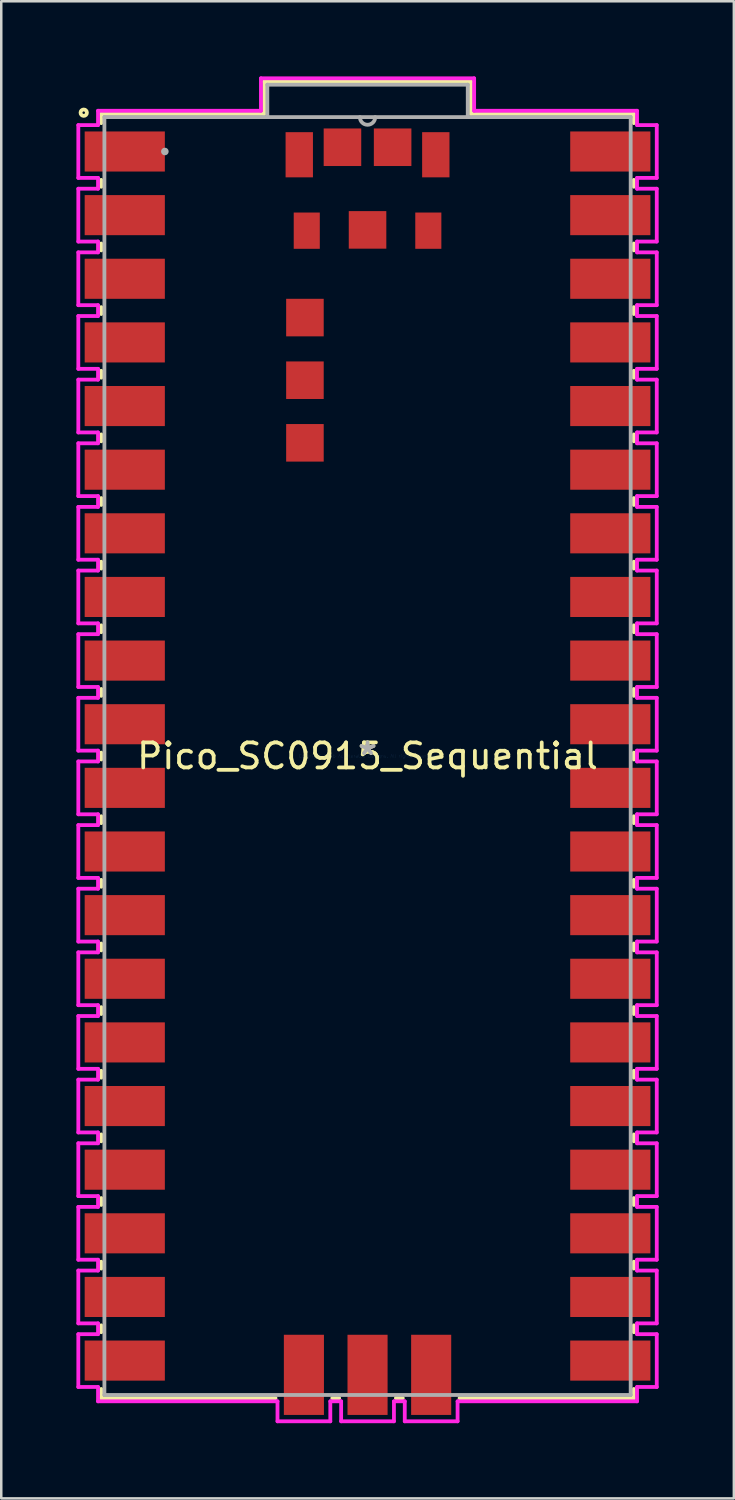
<source format=kicad_pcb>
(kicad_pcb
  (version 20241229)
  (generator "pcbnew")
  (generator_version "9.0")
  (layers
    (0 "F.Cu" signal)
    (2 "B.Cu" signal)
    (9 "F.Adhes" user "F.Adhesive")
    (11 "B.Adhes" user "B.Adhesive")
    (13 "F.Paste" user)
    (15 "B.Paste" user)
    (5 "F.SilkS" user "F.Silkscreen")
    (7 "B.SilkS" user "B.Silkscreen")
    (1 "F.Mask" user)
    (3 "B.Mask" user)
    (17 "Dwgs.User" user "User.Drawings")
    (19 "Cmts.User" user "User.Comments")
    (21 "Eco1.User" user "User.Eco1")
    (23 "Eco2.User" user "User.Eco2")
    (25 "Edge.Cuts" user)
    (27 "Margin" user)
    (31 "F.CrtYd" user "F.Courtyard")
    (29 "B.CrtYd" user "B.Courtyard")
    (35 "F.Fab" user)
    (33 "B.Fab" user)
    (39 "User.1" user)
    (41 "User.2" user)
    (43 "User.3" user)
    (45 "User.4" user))
  (footprint "Pico_SC0915_Sequential"
    (layer "F.Cu")
    (at 11.62 27.127)
    (property "Reference" "Pico_SC0915_Sequential" (at 0 0 0) (layer "F.SilkS") (effects (font (size 1 1) (thickness 0.15))))
    (attr through_hole)
    (fp_line (start -10.63 -25.629) (end -4.128 -25.629) (stroke (width 0.152) (type solid)) (layer "F.SilkS"))
    (fp_line (start -10.63 -25.263) (end -10.63 -25.629) (stroke (width 0.152) (type solid)) (layer "F.SilkS"))
    (fp_line (start -10.63 -22.723) (end -10.63 -22.997) (stroke (width 0.152) (type solid)) (layer "F.SilkS"))
    (fp_line (start -10.63 -20.183) (end -10.63 -20.457) (stroke (width 0.152) (type solid)) (layer "F.SilkS"))
    (fp_line (start -10.63 -17.643) (end -10.63 -17.917) (stroke (width 0.152) (type solid)) (layer "F.SilkS"))
    (fp_line (start -10.63 -15.103) (end -10.63 -15.377) (stroke (width 0.152) (type solid)) (layer "F.SilkS"))
    (fp_line (start -10.63 -12.563) (end -10.63 -12.837) (stroke (width 0.152) (type solid)) (layer "F.SilkS"))
    (fp_line (start -10.63 -10.023) (end -10.63 -10.297) (stroke (width 0.152) (type solid)) (layer "F.SilkS"))
    (fp_line (start -10.63 -7.483) (end -10.63 -7.757) (stroke (width 0.152) (type solid)) (layer "F.SilkS"))
    (fp_line (start -10.63 -4.943) (end -10.63 -5.217) (stroke (width 0.152) (type solid)) (layer "F.SilkS"))
    (fp_line (start -10.63 -2.403) (end -10.63 -2.677) (stroke (width 0.152) (type solid)) (layer "F.SilkS"))
    (fp_line (start -10.63 0.137) (end -10.63 -0.137) (stroke (width 0.152) (type solid)) (layer "F.SilkS"))
    (fp_line (start -10.63 2.677) (end -10.63 2.403) (stroke (width 0.152) (type solid)) (layer "F.SilkS"))
    (fp_line (start -10.63 5.217) (end -10.63 4.943) (stroke (width 0.152) (type solid)) (layer "F.SilkS"))
    (fp_line (start -10.63 7.757) (end -10.63 7.483) (stroke (width 0.152) (type solid)) (layer "F.SilkS"))
    (fp_line (start -10.63 10.297) (end -10.63 10.023) (stroke (width 0.152) (type solid)) (layer "F.SilkS"))
    (fp_line (start -10.63 12.837) (end -10.63 12.563) (stroke (width 0.152) (type solid)) (layer "F.SilkS"))
    (fp_line (start -10.63 15.377) (end -10.63 15.103) (stroke (width 0.152) (type solid)) (layer "F.SilkS"))
    (fp_line (start -10.63 17.917) (end -10.63 17.643) (stroke (width 0.152) (type solid)) (layer "F.SilkS"))
    (fp_line (start -10.63 20.457) (end -10.63 20.183) (stroke (width 0.152) (type solid)) (layer "F.SilkS"))
    (fp_line (start -10.63 22.997) (end -10.63 22.723) (stroke (width 0.152) (type solid)) (layer "F.SilkS"))
    (fp_line (start -10.63 25.629) (end -10.63 25.263) (stroke (width 0.152) (type solid)) (layer "F.SilkS"))
    (fp_line (start -4.128 -26.924) (end 4.128 -26.924) (stroke (width 0.152) (type solid)) (layer "F.SilkS"))
    (fp_line (start -4.128 -25.629) (end -4.128 -26.924) (stroke (width 0.152) (type solid)) (layer "F.SilkS"))
    (fp_line (start -3.673 25.629) (end -10.63 25.629) (stroke (width 0.152) (type solid)) (layer "F.SilkS"))
    (fp_line (start -1.133 25.629) (end -1.407 25.629) (stroke (width 0.152) (type solid)) (layer "F.SilkS"))
    (fp_line (start 1.407 25.629) (end 1.133 25.629) (stroke (width 0.152) (type solid)) (layer "F.SilkS"))
    (fp_line (start 4.128 -26.924) (end 4.128 -25.629) (stroke (width 0.152) (type solid)) (layer "F.SilkS"))
    (fp_line (start 4.128 -25.629) (end 10.63 -25.629) (stroke (width 0.152) (type solid)) (layer "F.SilkS"))
    (fp_line (start 10.63 -25.629) (end 10.63 -25.263) (stroke (width 0.152) (type solid)) (layer "F.SilkS"))
    (fp_line (start 10.63 -22.997) (end 10.63 -22.723) (stroke (width 0.152) (type solid)) (layer "F.SilkS"))
    (fp_line (start 10.63 -20.457) (end 10.63 -20.183) (stroke (width 0.152) (type solid)) (layer "F.SilkS"))
    (fp_line (start 10.63 -17.917) (end 10.63 -17.643) (stroke (width 0.152) (type solid)) (layer "F.SilkS"))
    (fp_line (start 10.63 -15.377) (end 10.63 -15.103) (stroke (width 0.152) (type solid)) (layer "F.SilkS"))
    (fp_line (start 10.63 -12.837) (end 10.63 -12.563) (stroke (width 0.152) (type solid)) (layer "F.SilkS"))
    (fp_line (start 10.63 -10.297) (end 10.63 -10.023) (stroke (width 0.152) (type solid)) (layer "F.SilkS"))
    (fp_line (start 10.63 -7.757) (end 10.63 -7.483) (stroke (width 0.152) (type solid)) (layer "F.SilkS"))
    (fp_line (start 10.63 -5.217) (end 10.63 -4.943) (stroke (width 0.152) (type solid)) (layer "F.SilkS"))
    (fp_line (start 10.63 -2.677) (end 10.63 -2.403) (stroke (width 0.152) (type solid)) (layer "F.SilkS"))
    (fp_line (start 10.63 -0.137) (end 10.63 0.137) (stroke (width 0.152) (type solid)) (layer "F.SilkS"))
    (fp_line (start 10.63 2.403) (end 10.63 2.677) (stroke (width 0.152) (type solid)) (layer "F.SilkS"))
    (fp_line (start 10.63 4.943) (end 10.63 5.217) (stroke (width 0.152) (type solid)) (layer "F.SilkS"))
    (fp_line (start 10.63 7.483) (end 10.63 7.757) (stroke (width 0.152) (type solid)) (layer "F.SilkS"))
    (fp_line (start 10.63 10.023) (end 10.63 10.297) (stroke (width 0.152) (type solid)) (layer "F.SilkS"))
    (fp_line (start 10.63 12.563) (end 10.63 12.837) (stroke (width 0.152) (type solid)) (layer "F.SilkS"))
    (fp_line (start 10.63 15.103) (end 10.63 15.377) (stroke (width 0.152) (type solid)) (layer "F.SilkS"))
    (fp_line (start 10.63 17.643) (end 10.63 17.917) (stroke (width 0.152) (type solid)) (layer "F.SilkS"))
    (fp_line (start 10.63 20.183) (end 10.63 20.457) (stroke (width 0.152) (type solid)) (layer "F.SilkS"))
    (fp_line (start 10.63 22.723) (end 10.63 22.997) (stroke (width 0.152) (type solid)) (layer "F.SilkS"))
    (fp_line (start 10.63 25.263) (end 10.63 25.629) (stroke (width 0.152) (type solid)) (layer "F.SilkS"))
    (fp_line (start 10.63 25.629) (end 3.673 25.629) (stroke (width 0.152) (type solid)) (layer "F.SilkS"))
    (fp_circle (center -11.328 -25.679) (end -11.201 -25.679) (stroke (width 0.152) (type solid)) (fill no) (layer "F.SilkS"))
    (fp_line (start -11.544 -25.184) (end -11.544 -23.076) (stroke (width 0.152) (type solid)) (layer "F.CrtYd"))
    (fp_line (start -11.544 -23.076) (end -10.757 -23.076) (stroke (width 0.152) (type solid)) (layer "F.CrtYd"))
    (fp_line (start -11.544 -22.644) (end -11.544 -20.536) (stroke (width 0.152) (type solid)) (layer "F.CrtYd"))
    (fp_line (start -11.544 -20.536) (end -10.757 -20.536) (stroke (width 0.152) (type solid)) (layer "F.CrtYd"))
    (fp_line (start -11.544 -20.104) (end -11.544 -17.996) (stroke (width 0.152) (type solid)) (layer "F.CrtYd"))
    (fp_line (start -11.544 -17.996) (end -10.757 -17.996) (stroke (width 0.152) (type solid)) (layer "F.CrtYd"))
    (fp_line (start -11.544 -17.564) (end -11.544 -15.456) (stroke (width 0.152) (type solid)) (layer "F.CrtYd"))
    (fp_line (start -11.544 -15.456) (end -10.757 -15.456) (stroke (width 0.152) (type solid)) (layer "F.CrtYd"))
    (fp_line (start -11.544 -15.024) (end -11.544 -12.916) (stroke (width 0.152) (type solid)) (layer "F.CrtYd"))
    (fp_line (start -11.544 -12.916) (end -10.757 -12.916) (stroke (width 0.152) (type solid)) (layer "F.CrtYd"))
    (fp_line (start -11.544 -12.484) (end -11.544 -10.376) (stroke (width 0.152) (type solid)) (layer "F.CrtYd"))
    (fp_line (start -11.544 -10.376) (end -10.757 -10.376) (stroke (width 0.152) (type solid)) (layer "F.CrtYd"))
    (fp_line (start -11.544 -9.944) (end -11.544 -7.836) (stroke (width 0.152) (type solid)) (layer "F.CrtYd"))
    (fp_line (start -11.544 -7.836) (end -10.757 -7.836) (stroke (width 0.152) (type solid)) (layer "F.CrtYd"))
    (fp_line (start -11.544 -7.404) (end -11.544 -5.296) (stroke (width 0.152) (type solid)) (layer "F.CrtYd"))
    (fp_line (start -11.544 -5.296) (end -10.757 -5.296) (stroke (width 0.152) (type solid)) (layer "F.CrtYd"))
    (fp_line (start -11.544 -4.864) (end -11.544 -2.756) (stroke (width 0.152) (type solid)) (layer "F.CrtYd"))
    (fp_line (start -11.544 -2.756) (end -10.757 -2.756) (stroke (width 0.152) (type solid)) (layer "F.CrtYd"))
    (fp_line (start -11.544 -2.324) (end -11.544 -0.216) (stroke (width 0.152) (type solid)) (layer "F.CrtYd"))
    (fp_line (start -11.544 -0.216) (end -10.757 -0.216) (stroke (width 0.152) (type solid)) (layer "F.CrtYd"))
    (fp_line (start -11.544 0.216) (end -11.544 2.324) (stroke (width 0.152) (type solid)) (layer "F.CrtYd"))
    (fp_line (start -11.544 2.324) (end -10.757 2.324) (stroke (width 0.152) (type solid)) (layer "F.CrtYd"))
    (fp_line (start -11.544 2.756) (end -11.544 4.864) (stroke (width 0.152) (type solid)) (layer "F.CrtYd"))
    (fp_line (start -11.544 4.864) (end -10.757 4.864) (stroke (width 0.152) (type solid)) (layer "F.CrtYd"))
    (fp_line (start -11.544 5.296) (end -11.544 7.404) (stroke (width 0.152) (type solid)) (layer "F.CrtYd"))
    (fp_line (start -11.544 7.404) (end -10.757 7.404) (stroke (width 0.152) (type solid)) (layer "F.CrtYd"))
    (fp_line (start -11.544 7.836) (end -11.544 9.944) (stroke (width 0.152) (type solid)) (layer "F.CrtYd"))
    (fp_line (start -11.544 9.944) (end -10.757 9.944) (stroke (width 0.152) (type solid)) (layer "F.CrtYd"))
    (fp_line (start -11.544 10.376) (end -11.544 12.484) (stroke (width 0.152) (type solid)) (layer "F.CrtYd"))
    (fp_line (start -11.544 12.484) (end -10.757 12.484) (stroke (width 0.152) (type solid)) (layer "F.CrtYd"))
    (fp_line (start -11.544 12.916) (end -11.544 15.024) (stroke (width 0.152) (type solid)) (layer "F.CrtYd"))
    (fp_line (start -11.544 15.024) (end -10.757 15.024) (stroke (width 0.152) (type solid)) (layer "F.CrtYd"))
    (fp_line (start -11.544 15.456) (end -11.544 17.564) (stroke (width 0.152) (type solid)) (layer "F.CrtYd"))
    (fp_line (start -11.544 17.564) (end -10.757 17.564) (stroke (width 0.152) (type solid)) (layer "F.CrtYd"))
    (fp_line (start -11.544 17.996) (end -11.544 20.104) (stroke (width 0.152) (type solid)) (layer "F.CrtYd"))
    (fp_line (start -11.544 20.104) (end -10.757 20.104) (stroke (width 0.152) (type solid)) (layer "F.CrtYd"))
    (fp_line (start -11.544 20.536) (end -11.544 22.644) (stroke (width 0.152) (type solid)) (layer "F.CrtYd"))
    (fp_line (start -11.544 22.644) (end -10.757 22.644) (stroke (width 0.152) (type solid)) (layer "F.CrtYd"))
    (fp_line (start -11.544 23.076) (end -11.544 25.184) (stroke (width 0.152) (type solid)) (layer "F.CrtYd"))
    (fp_line (start -11.544 25.184) (end -10.757 25.184) (stroke (width 0.152) (type solid)) (layer "F.CrtYd"))
    (fp_line (start -10.757 -25.756) (end -10.757 -25.184) (stroke (width 0.152) (type solid)) (layer "F.CrtYd"))
    (fp_line (start -10.757 -25.184) (end -11.544 -25.184) (stroke (width 0.152) (type solid)) (layer "F.CrtYd"))
    (fp_line (start -10.757 -23.076) (end -10.757 -22.644) (stroke (width 0.152) (type solid)) (layer "F.CrtYd"))
    (fp_line (start -10.757 -22.644) (end -11.544 -22.644) (stroke (width 0.152) (type solid)) (layer "F.CrtYd"))
    (fp_line (start -10.757 -20.536) (end -10.757 -20.104) (stroke (width 0.152) (type solid)) (layer "F.CrtYd"))
    (fp_line (start -10.757 -20.104) (end -11.544 -20.104) (stroke (width 0.152) (type solid)) (layer "F.CrtYd"))
    (fp_line (start -10.757 -17.996) (end -10.757 -17.564) (stroke (width 0.152) (type solid)) (layer "F.CrtYd"))
    (fp_line (start -10.757 -17.564) (end -11.544 -17.564) (stroke (width 0.152) (type solid)) (layer "F.CrtYd"))
    (fp_line (start -10.757 -15.456) (end -10.757 -15.024) (stroke (width 0.152) (type solid)) (layer "F.CrtYd"))
    (fp_line (start -10.757 -15.024) (end -11.544 -15.024) (stroke (width 0.152) (type solid)) (layer "F.CrtYd"))
    (fp_line (start -10.757 -12.916) (end -10.757 -12.484) (stroke (width 0.152) (type solid)) (layer "F.CrtYd"))
    (fp_line (start -10.757 -12.484) (end -11.544 -12.484) (stroke (width 0.152) (type solid)) (layer "F.CrtYd"))
    (fp_line (start -10.757 -10.376) (end -10.757 -9.944) (stroke (width 0.152) (type solid)) (layer "F.CrtYd"))
    (fp_line (start -10.757 -9.944) (end -11.544 -9.944) (stroke (width 0.152) (type solid)) (layer "F.CrtYd"))
    (fp_line (start -10.757 -7.836) (end -10.757 -7.404) (stroke (width 0.152) (type solid)) (layer "F.CrtYd"))
    (fp_line (start -10.757 -7.404) (end -11.544 -7.404) (stroke (width 0.152) (type solid)) (layer "F.CrtYd"))
    (fp_line (start -10.757 -5.296) (end -10.757 -4.864) (stroke (width 0.152) (type solid)) (layer "F.CrtYd"))
    (fp_line (start -10.757 -4.864) (end -11.544 -4.864) (stroke (width 0.152) (type solid)) (layer "F.CrtYd"))
    (fp_line (start -10.757 -2.756) (end -10.757 -2.324) (stroke (width 0.152) (type solid)) (layer "F.CrtYd"))
    (fp_line (start -10.757 -2.324) (end -11.544 -2.324) (stroke (width 0.152) (type solid)) (layer "F.CrtYd"))
    (fp_line (start -10.757 -0.216) (end -10.757 0.216) (stroke (width 0.152) (type solid)) (layer "F.CrtYd"))
    (fp_line (start -10.757 0.216) (end -11.544 0.216) (stroke (width 0.152) (type solid)) (layer "F.CrtYd"))
    (fp_line (start -10.757 2.324) (end -10.757 2.756) (stroke (width 0.152) (type solid)) (layer "F.CrtYd"))
    (fp_line (start -10.757 2.756) (end -11.544 2.756) (stroke (width 0.152) (type solid)) (layer "F.CrtYd"))
    (fp_line (start -10.757 4.864) (end -10.757 5.296) (stroke (width 0.152) (type solid)) (layer "F.CrtYd"))
    (fp_line (start -10.757 5.296) (end -11.544 5.296) (stroke (width 0.152) (type solid)) (layer "F.CrtYd"))
    (fp_line (start -10.757 7.404) (end -10.757 7.836) (stroke (width 0.152) (type solid)) (layer "F.CrtYd"))
    (fp_line (start -10.757 7.836) (end -11.544 7.836) (stroke (width 0.152) (type solid)) (layer "F.CrtYd"))
    (fp_line (start -10.757 9.944) (end -10.757 10.376) (stroke (width 0.152) (type solid)) (layer "F.CrtYd"))
    (fp_line (start -10.757 10.376) (end -11.544 10.376) (stroke (width 0.152) (type solid)) (layer "F.CrtYd"))
    (fp_line (start -10.757 12.484) (end -10.757 12.916) (stroke (width 0.152) (type solid)) (layer "F.CrtYd"))
    (fp_line (start -10.757 12.916) (end -11.544 12.916) (stroke (width 0.152) (type solid)) (layer "F.CrtYd"))
    (fp_line (start -10.757 15.024) (end -10.757 15.456) (stroke (width 0.152) (type solid)) (layer "F.CrtYd"))
    (fp_line (start -10.757 15.456) (end -11.544 15.456) (stroke (width 0.152) (type solid)) (layer "F.CrtYd"))
    (fp_line (start -10.757 17.564) (end -10.757 17.996) (stroke (width 0.152) (type solid)) (layer "F.CrtYd"))
    (fp_line (start -10.757 17.996) (end -11.544 17.996) (stroke (width 0.152) (type solid)) (layer "F.CrtYd"))
    (fp_line (start -10.757 20.104) (end -10.757 20.536) (stroke (width 0.152) (type solid)) (layer "F.CrtYd"))
    (fp_line (start -10.757 20.536) (end -11.544 20.536) (stroke (width 0.152) (type solid)) (layer "F.CrtYd"))
    (fp_line (start -10.757 22.644) (end -10.757 23.076) (stroke (width 0.152) (type solid)) (layer "F.CrtYd"))
    (fp_line (start -10.757 23.076) (end -11.544 23.076) (stroke (width 0.152) (type solid)) (layer "F.CrtYd"))
    (fp_line (start -10.757 25.184) (end -10.757 25.756) (stroke (width 0.152) (type solid)) (layer "F.CrtYd"))
    (fp_line (start -10.757 25.756) (end -3.594 25.756) (stroke (width 0.152) (type solid)) (layer "F.CrtYd"))
    (fp_line (start -4.255 -27.051) (end -4.255 -25.756) (stroke (width 0.152) (type solid)) (layer "F.CrtYd"))
    (fp_line (start -4.255 -25.756) (end -10.757 -25.756) (stroke (width 0.152) (type solid)) (layer "F.CrtYd"))
    (fp_line (start -3.594 25.756) (end -3.594 26.553) (stroke (width 0.152) (type solid)) (layer "F.CrtYd"))
    (fp_line (start -3.594 26.553) (end -1.486 26.553) (stroke (width 0.152) (type solid)) (layer "F.CrtYd"))
    (fp_line (start -1.486 25.756) (end -1.054 25.756) (stroke (width 0.152) (type solid)) (layer "F.CrtYd"))
    (fp_line (start -1.486 26.553) (end -1.486 25.756) (stroke (width 0.152) (type solid)) (layer "F.CrtYd"))
    (fp_line (start -1.054 25.756) (end -1.054 26.553) (stroke (width 0.152) (type solid)) (layer "F.CrtYd"))
    (fp_line (start -1.054 26.553) (end 1.054 26.553) (stroke (width 0.152) (type solid)) (layer "F.CrtYd"))
    (fp_line (start 1.054 25.756) (end 1.486 25.756) (stroke (width 0.152) (type solid)) (layer "F.CrtYd"))
    (fp_line (start 1.054 26.553) (end 1.054 25.756) (stroke (width 0.152) (type solid)) (layer "F.CrtYd"))
    (fp_line (start 1.486 25.756) (end 1.486 26.553) (stroke (width 0.152) (type solid)) (layer "F.CrtYd"))
    (fp_line (start 1.486 26.553) (end 3.594 26.553) (stroke (width 0.152) (type solid)) (layer "F.CrtYd"))
    (fp_line (start 3.594 25.756) (end 10.757 25.756) (stroke (width 0.152) (type solid)) (layer "F.CrtYd"))
    (fp_line (start 3.594 26.553) (end 3.594 25.756) (stroke (width 0.152) (type solid)) (layer "F.CrtYd"))
    (fp_line (start 4.255 -27.051) (end -4.255 -27.051) (stroke (width 0.152) (type solid)) (layer "F.CrtYd"))
    (fp_line (start 4.255 -25.756) (end 4.255 -27.051) (stroke (width 0.152) (type solid)) (layer "F.CrtYd"))
    (fp_line (start 10.757 -25.756) (end 4.255 -25.756) (stroke (width 0.152) (type solid)) (layer "F.CrtYd"))
    (fp_line (start 10.757 -25.184) (end 10.757 -25.756) (stroke (width 0.152) (type solid)) (layer "F.CrtYd"))
    (fp_line (start 10.757 -23.076) (end 11.544 -23.076) (stroke (width 0.152) (type solid)) (layer "F.CrtYd"))
    (fp_line (start 10.757 -22.644) (end 10.757 -23.076) (stroke (width 0.152) (type solid)) (layer "F.CrtYd"))
    (fp_line (start 10.757 -20.536) (end 11.544 -20.536) (stroke (width 0.152) (type solid)) (layer "F.CrtYd"))
    (fp_line (start 10.757 -20.104) (end 10.757 -20.536) (stroke (width 0.152) (type solid)) (layer "F.CrtYd"))
    (fp_line (start 10.757 -17.996) (end 11.544 -17.996) (stroke (width 0.152) (type solid)) (layer "F.CrtYd"))
    (fp_line (start 10.757 -17.564) (end 10.757 -17.996) (stroke (width 0.152) (type solid)) (layer "F.CrtYd"))
    (fp_line (start 10.757 -15.456) (end 11.544 -15.456) (stroke (width 0.152) (type solid)) (layer "F.CrtYd"))
    (fp_line (start 10.757 -15.024) (end 10.757 -15.456) (stroke (width 0.152) (type solid)) (layer "F.CrtYd"))
    (fp_line (start 10.757 -12.916) (end 11.544 -12.916) (stroke (width 0.152) (type solid)) (layer "F.CrtYd"))
    (fp_line (start 10.757 -12.484) (end 10.757 -12.916) (stroke (width 0.152) (type solid)) (layer "F.CrtYd"))
    (fp_line (start 10.757 -10.376) (end 11.544 -10.376) (stroke (width 0.152) (type solid)) (layer "F.CrtYd"))
    (fp_line (start 10.757 -9.944) (end 10.757 -10.376) (stroke (width 0.152) (type solid)) (layer "F.CrtYd"))
    (fp_line (start 10.757 -7.836) (end 11.544 -7.836) (stroke (width 0.152) (type solid)) (layer "F.CrtYd"))
    (fp_line (start 10.757 -7.404) (end 10.757 -7.836) (stroke (width 0.152) (type solid)) (layer "F.CrtYd"))
    (fp_line (start 10.757 -5.296) (end 11.544 -5.296) (stroke (width 0.152) (type solid)) (layer "F.CrtYd"))
    (fp_line (start 10.757 -4.864) (end 10.757 -5.296) (stroke (width 0.152) (type solid)) (layer "F.CrtYd"))
    (fp_line (start 10.757 -2.756) (end 11.544 -2.756) (stroke (width 0.152) (type solid)) (layer "F.CrtYd"))
    (fp_line (start 10.757 -2.324) (end 10.757 -2.756) (stroke (width 0.152) (type solid)) (layer "F.CrtYd"))
    (fp_line (start 10.757 -0.216) (end 11.544 -0.216) (stroke (width 0.152) (type solid)) (layer "F.CrtYd"))
    (fp_line (start 10.757 0.216) (end 10.757 -0.216) (stroke (width 0.152) (type solid)) (layer "F.CrtYd"))
    (fp_line (start 10.757 2.324) (end 11.544 2.324) (stroke (width 0.152) (type solid)) (layer "F.CrtYd"))
    (fp_line (start 10.757 2.756) (end 10.757 2.324) (stroke (width 0.152) (type solid)) (layer "F.CrtYd"))
    (fp_line (start 10.757 4.864) (end 11.544 4.864) (stroke (width 0.152) (type solid)) (layer "F.CrtYd"))
    (fp_line (start 10.757 5.296) (end 10.757 4.864) (stroke (width 0.152) (type solid)) (layer "F.CrtYd"))
    (fp_line (start 10.757 7.404) (end 11.544 7.404) (stroke (width 0.152) (type solid)) (layer "F.CrtYd"))
    (fp_line (start 10.757 7.836) (end 10.757 7.404) (stroke (width 0.152) (type solid)) (layer "F.CrtYd"))
    (fp_line (start 10.757 9.944) (end 11.544 9.944) (stroke (width 0.152) (type solid)) (layer "F.CrtYd"))
    (fp_line (start 10.757 10.376) (end 10.757 9.944) (stroke (width 0.152) (type solid)) (layer "F.CrtYd"))
    (fp_line (start 10.757 12.484) (end 11.544 12.484) (stroke (width 0.152) (type solid)) (layer "F.CrtYd"))
    (fp_line (start 10.757 12.916) (end 10.757 12.484) (stroke (width 0.152) (type solid)) (layer "F.CrtYd"))
    (fp_line (start 10.757 15.024) (end 11.544 15.024) (stroke (width 0.152) (type solid)) (layer "F.CrtYd"))
    (fp_line (start 10.757 15.456) (end 10.757 15.024) (stroke (width 0.152) (type solid)) (layer "F.CrtYd"))
    (fp_line (start 10.757 17.564) (end 11.544 17.564) (stroke (width 0.152) (type solid)) (layer "F.CrtYd"))
    (fp_line (start 10.757 17.996) (end 10.757 17.564) (stroke (width 0.152) (type solid)) (layer "F.CrtYd"))
    (fp_line (start 10.757 20.104) (end 11.544 20.104) (stroke (width 0.152) (type solid)) (layer "F.CrtYd"))
    (fp_line (start 10.757 20.536) (end 10.757 20.104) (stroke (width 0.152) (type solid)) (layer "F.CrtYd"))
    (fp_line (start 10.757 22.644) (end 11.544 22.644) (stroke (width 0.152) (type solid)) (layer "F.CrtYd"))
    (fp_line (start 10.757 23.076) (end 10.757 22.644) (stroke (width 0.152) (type solid)) (layer "F.CrtYd"))
    (fp_line (start 10.757 25.184) (end 11.544 25.184) (stroke (width 0.152) (type solid)) (layer "F.CrtYd"))
    (fp_line (start 10.757 25.756) (end 10.757 25.184) (stroke (width 0.152) (type solid)) (layer "F.CrtYd"))
    (fp_line (start 11.544 -25.184) (end 10.757 -25.184) (stroke (width 0.152) (type solid)) (layer "F.CrtYd"))
    (fp_line (start 11.544 -23.076) (end 11.544 -25.184) (stroke (width 0.152) (type solid)) (layer "F.CrtYd"))
    (fp_line (start 11.544 -22.644) (end 10.757 -22.644) (stroke (width 0.152) (type solid)) (layer "F.CrtYd"))
    (fp_line (start 11.544 -20.536) (end 11.544 -22.644) (stroke (width 0.152) (type solid)) (layer "F.CrtYd"))
    (fp_line (start 11.544 -20.104) (end 10.757 -20.104) (stroke (width 0.152) (type solid)) (layer "F.CrtYd"))
    (fp_line (start 11.544 -17.996) (end 11.544 -20.104) (stroke (width 0.152) (type solid)) (layer "F.CrtYd"))
    (fp_line (start 11.544 -17.564) (end 10.757 -17.564) (stroke (width 0.152) (type solid)) (layer "F.CrtYd"))
    (fp_line (start 11.544 -15.456) (end 11.544 -17.564) (stroke (width 0.152) (type solid)) (layer "F.CrtYd"))
    (fp_line (start 11.544 -15.024) (end 10.757 -15.024) (stroke (width 0.152) (type solid)) (layer "F.CrtYd"))
    (fp_line (start 11.544 -12.916) (end 11.544 -15.024) (stroke (width 0.152) (type solid)) (layer "F.CrtYd"))
    (fp_line (start 11.544 -12.484) (end 10.757 -12.484) (stroke (width 0.152) (type solid)) (layer "F.CrtYd"))
    (fp_line (start 11.544 -10.376) (end 11.544 -12.484) (stroke (width 0.152) (type solid)) (layer "F.CrtYd"))
    (fp_line (start 11.544 -9.944) (end 10.757 -9.944) (stroke (width 0.152) (type solid)) (layer "F.CrtYd"))
    (fp_line (start 11.544 -7.836) (end 11.544 -9.944) (stroke (width 0.152) (type solid)) (layer "F.CrtYd"))
    (fp_line (start 11.544 -7.404) (end 10.757 -7.404) (stroke (width 0.152) (type solid)) (layer "F.CrtYd"))
    (fp_line (start 11.544 -5.296) (end 11.544 -7.404) (stroke (width 0.152) (type solid)) (layer "F.CrtYd"))
    (fp_line (start 11.544 -4.864) (end 10.757 -4.864) (stroke (width 0.152) (type solid)) (layer "F.CrtYd"))
    (fp_line (start 11.544 -2.756) (end 11.544 -4.864) (stroke (width 0.152) (type solid)) (layer "F.CrtYd"))
    (fp_line (start 11.544 -2.324) (end 10.757 -2.324) (stroke (width 0.152) (type solid)) (layer "F.CrtYd"))
    (fp_line (start 11.544 -0.216) (end 11.544 -2.324) (stroke (width 0.152) (type solid)) (layer "F.CrtYd"))
    (fp_line (start 11.544 0.216) (end 10.757 0.216) (stroke (width 0.152) (type solid)) (layer "F.CrtYd"))
    (fp_line (start 11.544 2.324) (end 11.544 0.216) (stroke (width 0.152) (type solid)) (layer "F.CrtYd"))
    (fp_line (start 11.544 2.756) (end 10.757 2.756) (stroke (width 0.152) (type solid)) (layer "F.CrtYd"))
    (fp_line (start 11.544 4.864) (end 11.544 2.756) (stroke (width 0.152) (type solid)) (layer "F.CrtYd"))
    (fp_line (start 11.544 5.296) (end 10.757 5.296) (stroke (width 0.152) (type solid)) (layer "F.CrtYd"))
    (fp_line (start 11.544 7.404) (end 11.544 5.296) (stroke (width 0.152) (type solid)) (layer "F.CrtYd"))
    (fp_line (start 11.544 7.836) (end 10.757 7.836) (stroke (width 0.152) (type solid)) (layer "F.CrtYd"))
    (fp_line (start 11.544 9.944) (end 11.544 7.836) (stroke (width 0.152) (type solid)) (layer "F.CrtYd"))
    (fp_line (start 11.544 10.376) (end 10.757 10.376) (stroke (width 0.152) (type solid)) (layer "F.CrtYd"))
    (fp_line (start 11.544 12.484) (end 11.544 10.376) (stroke (width 0.152) (type solid)) (layer "F.CrtYd"))
    (fp_line (start 11.544 12.916) (end 10.757 12.916) (stroke (width 0.152) (type solid)) (layer "F.CrtYd"))
    (fp_line (start 11.544 15.024) (end 11.544 12.916) (stroke (width 0.152) (type solid)) (layer "F.CrtYd"))
    (fp_line (start 11.544 15.456) (end 10.757 15.456) (stroke (width 0.152) (type solid)) (layer "F.CrtYd"))
    (fp_line (start 11.544 17.564) (end 11.544 15.456) (stroke (width 0.152) (type solid)) (layer "F.CrtYd"))
    (fp_line (start 11.544 17.996) (end 10.757 17.996) (stroke (width 0.152) (type solid)) (layer "F.CrtYd"))
    (fp_line (start 11.544 20.104) (end 11.544 17.996) (stroke (width 0.152) (type solid)) (layer "F.CrtYd"))
    (fp_line (start 11.544 20.536) (end 10.757 20.536) (stroke (width 0.152) (type solid)) (layer "F.CrtYd"))
    (fp_line (start 11.544 22.644) (end 11.544 20.536) (stroke (width 0.152) (type solid)) (layer "F.CrtYd"))
    (fp_line (start 11.544 23.076) (end 10.757 23.076) (stroke (width 0.152) (type solid)) (layer "F.CrtYd"))
    (fp_line (start 11.544 25.184) (end 11.544 23.076) (stroke (width 0.152) (type solid)) (layer "F.CrtYd"))
    (fp_line (start -10.503 -25.502) (end -10.503 25.502) (stroke (width 0.152) (type solid)) (layer "F.Fab"))
    (fp_line (start -10.503 25.502) (end 10.503 25.502) (stroke (width 0.152) (type solid)) (layer "F.Fab"))
    (fp_line (start -4 -26.797) (end -4 -25.502) (stroke (width 0.152) (type solid)) (layer "F.Fab"))
    (fp_line (start -4 -26.797) (end 4 -26.797) (stroke (width 0.152) (type solid)) (layer "F.Fab"))
    (fp_line (start 4 -26.797) (end 4 -25.502) (stroke (width 0.152) (type solid)) (layer "F.Fab"))
    (fp_line (start 10.503 -25.502) (end -10.503 -25.502) (stroke (width 0.152) (type solid)) (layer "F.Fab"))
    (fp_line (start 10.503 25.502) (end 10.503 -25.502) (stroke (width 0.152) (type solid)) (layer "F.Fab"))
    (fp_arc (start 0.3048 -25.5016) (mid 0 -25.1968) (end -0.3048 -25.5016) (stroke (width 0.1524) (type solid)) (layer "F.Fab"))
    (fp_circle (center -8.09 -24.13) (end -8.014 -24.13) (stroke (width 0.152) (type solid)) (fill no) (layer "F.Fab"))
    (fp_text user "*" (at 0 0 0) (layer "F.SilkS") (effects (font (size 1 1) (thickness 0.15))))
    (fp_text user "Copyright 2016 Accelerated Designs. All rights reserved." (at 0 0 0) (layer "Cmts.User") (effects (font (size 0.127 0.127) (thickness 0.002))))
    (fp_text user "*" (at 0 0 0) (layer "F.Fab") (effects (font (size 1 1) (thickness 0.15))))
    (pad "1" smd rect (at -9.69 -24.13) (size 3.2 1.6) (layers "F.Cu" "F.Mask" "F.Paste"))
    (pad "2" smd rect (at -9.69 -21.59) (size 3.2 1.6) (layers "F.Cu" "F.Mask" "F.Paste"))
    (pad "3" smd rect (at -9.69 -19.05) (size 3.2 1.6) (layers "F.Cu" "F.Mask" "F.Paste"))
    (pad "4" smd rect (at -9.69 -16.51) (size 3.2 1.6) (layers "F.Cu" "F.Mask" "F.Paste"))
    (pad "5" smd rect (at -9.69 -13.97) (size 3.2 1.6) (layers "F.Cu" "F.Mask" "F.Paste"))
    (pad "6" smd rect (at -9.69 -11.43) (size 3.2 1.6) (layers "F.Cu" "F.Mask" "F.Paste"))
    (pad "7" smd rect (at -9.69 -8.89) (size 3.2 1.6) (layers "F.Cu" "F.Mask" "F.Paste"))
    (pad "8" smd rect (at -9.69 -6.35) (size 3.2 1.6) (layers "F.Cu" "F.Mask" "F.Paste"))
    (pad "9" smd rect (at -9.69 -3.81) (size 3.2 1.6) (layers "F.Cu" "F.Mask" "F.Paste"))
    (pad "10" smd rect (at -9.69 -1.27) (size 3.2 1.6) (layers "F.Cu" "F.Mask" "F.Paste"))
    (pad "11" smd rect (at -9.69 1.27) (size 3.2 1.6) (layers "F.Cu" "F.Mask" "F.Paste"))
    (pad "12" smd rect (at -9.69 3.81) (size 3.2 1.6) (layers "F.Cu" "F.Mask" "F.Paste"))
    (pad "13" smd rect (at -9.69 6.35) (size 3.2 1.6) (layers "F.Cu" "F.Mask" "F.Paste"))
    (pad "14" smd rect (at -9.69 8.89) (size 3.2 1.6) (layers "F.Cu" "F.Mask" "F.Paste"))
    (pad "15" smd rect (at -9.69 11.43) (size 3.2 1.6) (layers "F.Cu" "F.Mask" "F.Paste"))
    (pad "16" smd rect (at -9.69 13.97) (size 3.2 1.6) (layers "F.Cu" "F.Mask" "F.Paste"))
    (pad "17" smd rect (at -9.69 16.51) (size 3.2 1.6) (layers "F.Cu" "F.Mask" "F.Paste"))
    (pad "18" smd rect (at -9.69 19.05) (size 3.2 1.6) (layers "F.Cu" "F.Mask" "F.Paste"))
    (pad "19" smd rect (at -9.69 21.59) (size 3.2 1.6) (layers "F.Cu" "F.Mask" "F.Paste"))
    (pad "20" smd rect (at -9.69 24.13) (size 3.2 1.6) (layers "F.Cu" "F.Mask" "F.Paste"))
    (pad "21" smd rect (at 9.69 24.13) (size 3.2 1.6) (layers "F.Cu" "F.Mask" "F.Paste"))
    (pad "22" smd rect (at 9.69 21.59) (size 3.2 1.6) (layers "F.Cu" "F.Mask" "F.Paste"))
    (pad "23" smd rect (at 9.69 19.05) (size 3.2 1.6) (layers "F.Cu" "F.Mask" "F.Paste"))
    (pad "24" smd rect (at 9.69 16.51) (size 3.2 1.6) (layers "F.Cu" "F.Mask" "F.Paste"))
    (pad "25" smd rect (at 9.69 13.97) (size 3.2 1.6) (layers "F.Cu" "F.Mask" "F.Paste"))
    (pad "26" smd rect (at 9.69 11.43) (size 3.2 1.6) (layers "F.Cu" "F.Mask" "F.Paste"))
    (pad "27" smd rect (at 9.69 8.89) (size 3.2 1.6) (layers "F.Cu" "F.Mask" "F.Paste"))
    (pad "28" smd rect (at 9.69 6.35) (size 3.2 1.6) (layers "F.Cu" "F.Mask" "F.Paste"))
    (pad "29" smd rect (at 9.69 3.81) (size 3.2 1.6) (layers "F.Cu" "F.Mask" "F.Paste"))
    (pad "30" smd rect (at 9.69 1.27) (size 3.2 1.6) (layers "F.Cu" "F.Mask" "F.Paste"))
    (pad "31" smd rect (at 9.69 -1.27) (size 3.2 1.6) (layers "F.Cu" "F.Mask" "F.Paste"))
    (pad "32" smd rect (at 9.69 -3.81) (size 3.2 1.6) (layers "F.Cu" "F.Mask" "F.Paste"))
    (pad "33" smd rect (at 9.69 -6.35) (size 3.2 1.6) (layers "F.Cu" "F.Mask" "F.Paste"))
    (pad "34" smd rect (at 9.69 -8.89) (size 3.2 1.6) (layers "F.Cu" "F.Mask" "F.Paste"))
    (pad "35" smd rect (at 9.69 -11.43) (size 3.2 1.6) (layers "F.Cu" "F.Mask" "F.Paste"))
    (pad "36" smd rect (at 9.69 -13.97) (size 3.2 1.6) (layers "F.Cu" "F.Mask" "F.Paste"))
    (pad "37" smd rect (at 9.69 -16.51) (size 3.2 1.6) (layers "F.Cu" "F.Mask" "F.Paste"))
    (pad "38" smd rect (at 9.69 -19.05) (size 3.2 1.6) (layers "F.Cu" "F.Mask" "F.Paste"))
    (pad "39" smd rect (at 9.69 -21.59) (size 3.2 1.6) (layers "F.Cu" "F.Mask" "F.Paste"))
    (pad "40" smd rect (at 9.69 -24.13) (size 3.2 1.6) (layers "F.Cu" "F.Mask" "F.Paste"))
    (pad "A" smd rect (at -2.725 -24) (size 1.092 1.803) (layers "F.Cu" "F.Mask" "F.Paste"))
    (pad "B" smd rect (at 2.725 -24) (size 1.092 1.803) (layers "F.Cu" "F.Mask" "F.Paste"))
    (pad "C" smd rect (at -2.426 -20.97) (size 1.041 1.448) (layers "F.Cu" "F.Mask" "F.Paste"))
    (pad "D" smd rect (at 2.426 -20.97) (size 1.041 1.448) (layers "F.Cu" "F.Mask" "F.Paste"))
    (pad "D1" smd rect (at -2.54 24.699 90) (size 3.2 1.6) (layers "F.Cu" "F.Mask" "F.Paste"))
    (pad "D2" smd rect (at 0 24.699 90) (size 3.2 1.6) (layers "F.Cu" "F.Mask" "F.Paste"))
    (pad "D3" smd rect (at 2.54 24.699 90) (size 3.2 1.6) (layers "F.Cu" "F.Mask" "F.Paste"))
    (pad "TP1" smd rect (at 0 -21.001) (size 1.499 1.499) (layers "F.Cu" "F.Mask" "F.Paste"))
    (pad "TP2" smd rect (at 1.001 -24.3) (size 1.499 1.499) (layers "F.Cu" "F.Mask" "F.Paste"))
    (pad "TP3" smd rect (at -1.001 -24.3) (size 1.499 1.499) (layers "F.Cu" "F.Mask" "F.Paste"))
    (pad "TP4" smd rect (at -2.499 -17.501) (size 1.499 1.499) (layers "F.Cu" "F.Mask" "F.Paste"))
    (pad "TP5" smd rect (at -2.499 -15.001) (size 1.499 1.499) (layers "F.Cu" "F.Mask" "F.Paste"))
    (pad "TP6" smd rect (at -2.499 -12.502) (size 1.499 1.499) (layers "F.Cu" "F.Mask" "F.Paste")))
  (gr_rect
    (start -3 -3)
    (end 26.241 56.757)
    (stroke (width 0.1) (type default))
    (fill no)
    (layer "Edge.Cuts")))
</source>
